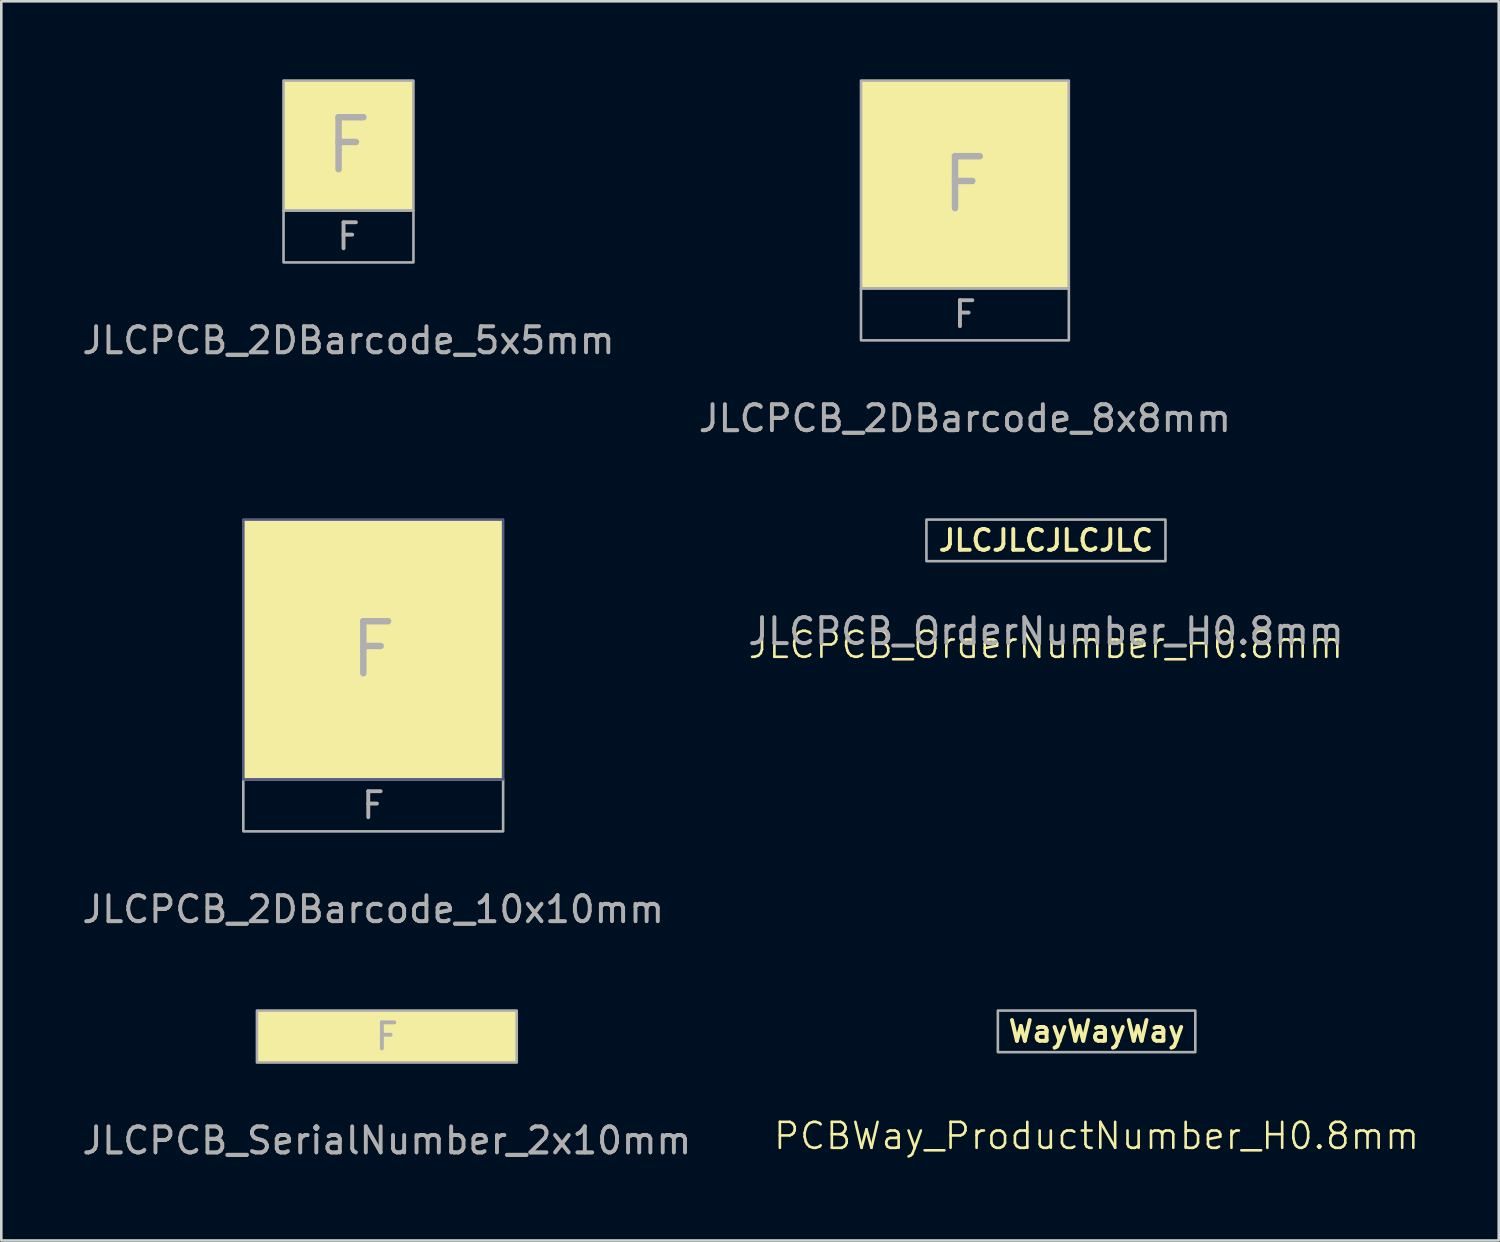
<source format=kicad_pcb>
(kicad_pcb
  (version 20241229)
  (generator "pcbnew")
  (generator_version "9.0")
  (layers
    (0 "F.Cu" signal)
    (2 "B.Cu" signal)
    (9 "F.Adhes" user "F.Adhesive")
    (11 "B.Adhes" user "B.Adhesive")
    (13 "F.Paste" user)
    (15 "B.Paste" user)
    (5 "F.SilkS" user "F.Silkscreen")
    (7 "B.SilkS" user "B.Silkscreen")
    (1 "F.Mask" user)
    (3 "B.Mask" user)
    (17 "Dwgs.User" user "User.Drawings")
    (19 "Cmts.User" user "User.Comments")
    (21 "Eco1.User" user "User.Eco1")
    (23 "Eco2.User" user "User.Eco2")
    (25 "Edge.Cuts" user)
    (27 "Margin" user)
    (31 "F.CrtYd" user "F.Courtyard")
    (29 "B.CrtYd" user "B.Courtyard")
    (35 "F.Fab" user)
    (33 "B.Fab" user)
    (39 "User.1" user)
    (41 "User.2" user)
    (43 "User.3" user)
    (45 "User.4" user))
  (footprint "JLCPCB_OrderNumber_H0.8mm"
    (layer "F.Cu")
    (at 37.208 17.748)
    (property "Reference" "JLCPCB_OrderNumber_H0.8mm" (at 0 4.024 0) (unlocked yes) (layer "F.SilkS") (effects (font (size 1 1) (thickness 0.1))))
    (attr board_only exclude_from_pos_files exclude_from_bom)
    (fp_rect (start -4.6 -0.8) (end 4.6 0.8) (stroke (width 0.1) (type default)) (fill no) (layer "F.Fab"))
    (fp_text user "JLCJLCJLCJLC" (at 0 0 0) (unlocked yes) (layer "F.SilkS") (effects (font (size 0.8 0.8) (thickness 0.15))))
    (fp_text user "${REFERENCE}" (at 0 3.5 0) (unlocked yes) (layer "F.Fab") (effects (font (size 1 1) (thickness 0.15)))))
  (footprint "PCBWay_ProductNumber_H0.8mm"
    (layer "F.Cu")
    (at 39.157 36.647)
    (property "Reference" "PCBWay_ProductNumber_H0.8mm" (at 0 4.024 0) (unlocked yes) (layer "F.SilkS") (effects (font (size 1 1) (thickness 0.1))))
    (attr board_only exclude_from_pos_files exclude_from_bom)
    (fp_rect (start -3.8 -0.8) (end 3.8 0.8) (stroke (width 0.1) (type default)) (fill no) (layer "F.Fab"))
    (fp_text user "WayWayWay" (at 0 0 0) (unlocked yes) (layer "F.SilkS") (effects (font (size 0.8 0.8) (thickness 0.15)))))
  (footprint "JLCPCB_SerialNumber_2x10mm"
    (layer "F.Cu")
    (at 11.839 36.846)
    (property "Reference" "JLCPCB_SerialNumber_2x10mm" (at 0 4.024 0) (unlocked yes) (layer "F.SilkS") (effects (font (size 1 1) (thickness 0.1))))
    (attr board_only exclude_from_pos_files exclude_from_bom)
    (fp_rect (start -5 -1) (end 5 1) (stroke (width 0) (type default)) (fill yes) (layer "F.SilkS"))
    (fp_rect (start -5 -1) (end 5 1) (stroke (width 0.1) (type default)) (fill no) (layer "F.Fab"))
    (fp_text user "F" (at 0 0 0) (unlocked yes) (layer "F.Fab") (effects (font (size 1 1) (thickness 0.15))))
    (fp_text user "${REFERENCE}" (at 0 4 0) (unlocked yes) (layer "F.Fab") (effects (font (size 1 1) (thickness 0.15)))))
  (footprint "JLCPCB_2DBarcode_10x10mm"
    (layer "F.Cu")
    (at 11.315 21.948)
    (property "Reference" "JLCPCB_2DBarcode_10x10mm" (at 0 10.024 0) (unlocked yes) (layer "F.SilkS") (effects (font (size 1 1) (thickness 0.1))))
    (attr board_only exclude_from_pos_files exclude_from_bom)
    (fp_rect (start -5 -5) (end 5 5) (stroke (width 0) (type default)) (fill yes) (layer "F.SilkS"))
    (fp_rect (start -5 -5) (end 5 5) (stroke (width 0.1) (type default)) (fill no) (layer "B.Fab"))
    (fp_rect (start -5 5) (end 5 7) (stroke (width 0.1) (type default)) (fill no) (layer "F.Fab"))
    (fp_text user "F" (at 0 6 0) (unlocked yes) (layer "F.Fab") (effects (font (size 1 1) (thickness 0.15))))
    (fp_text user "${REFERENCE}" (at 0 10 0) (unlocked yes) (layer "F.Fab") (effects (font (size 1 1) (thickness 0.15))))
    (fp_text user "F" (at 0 0 0) (unlocked yes) (layer "F.Fab") (effects (font (size 2 2) (thickness 0.25)))))
  (footprint "JLCPCB_2DBarcode_8x8mm"
    (layer "F.Cu")
    (at 34.089 4.05)
    (property "Reference" "JLCPCB_2DBarcode_8x8mm" (at 0 9.024 0) (unlocked yes) (layer "F.SilkS") (effects (font (size 1 1) (thickness 0.1))))
    (attr board_only exclude_from_pos_files exclude_from_bom)
    (fp_rect (start -4 -4) (end 4 4) (stroke (width 0) (type default)) (fill yes) (layer "F.SilkS"))
    (fp_rect (start -4 -4) (end 4 4) (stroke (width 0.1) (type default)) (fill no) (layer "F.Fab"))
    (fp_rect (start -4 4) (end 4 6) (stroke (width 0.1) (type default)) (fill no) (layer "F.Fab"))
    (fp_text user "F" (at 0 5 0) (unlocked yes) (layer "F.Fab") (effects (font (size 1 1) (thickness 0.15))))
    (fp_text user "F" (at 0 0 0) (unlocked yes) (layer "F.Fab") (effects (font (size 2 2) (thickness 0.25))))
    (fp_text user "${REFERENCE}" (at 0 9 0) (unlocked yes) (layer "F.Fab") (effects (font (size 1 1) (thickness 0.15)))))
  (footprint "JLCPCB_2DBarcode_5x5mm"
    (layer "F.Cu")
    (at 10.363 2.55)
    (property "Reference" "JLCPCB_2DBarcode_5x5mm" (at 0 7.524 0) (unlocked yes) (layer "F.SilkS") (effects (font (size 1 1) (thickness 0.1))))
    (attr board_only exclude_from_pos_files exclude_from_bom)
    (fp_rect (start -2.5 -2.5) (end 2.5 2.5) (stroke (width 0) (type default)) (fill yes) (layer "F.SilkS"))
    (fp_rect (start -2.5 -2.5) (end 2.5 2.5) (stroke (width 0.1) (type default)) (fill no) (layer "F.Fab"))
    (fp_rect (start -2.5 2.5) (end 2.5 4.5) (stroke (width 0.1) (type default)) (fill no) (layer "F.Fab"))
    (fp_text user "F" (at 0 3.5 0) (unlocked yes) (layer "F.Fab") (effects (font (size 1 1) (thickness 0.15))))
    (fp_text user "F" (at 0 0 0) (unlocked yes) (layer "F.Fab") (effects (font (size 2 2) (thickness 0.25))))
    (fp_text user "${REFERENCE}" (at 0 7.5 0) (unlocked yes) (layer "F.Fab") (effects (font (size 1 1) (thickness 0.15)))))
  (gr_rect
    (start -3 -3)
    (end 54.636 44.695)
    (stroke (width 0.1) (type default))
    (fill no)
    (layer "Edge.Cuts")))
</source>
